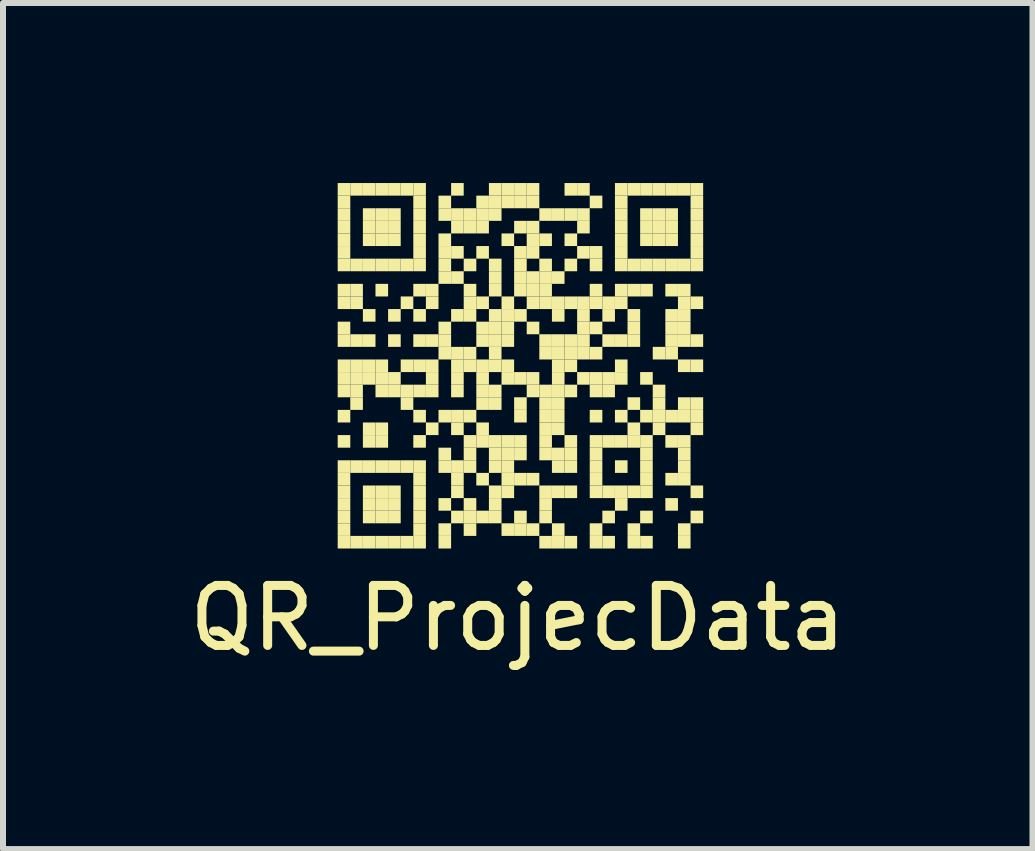
<source format=kicad_pcb>
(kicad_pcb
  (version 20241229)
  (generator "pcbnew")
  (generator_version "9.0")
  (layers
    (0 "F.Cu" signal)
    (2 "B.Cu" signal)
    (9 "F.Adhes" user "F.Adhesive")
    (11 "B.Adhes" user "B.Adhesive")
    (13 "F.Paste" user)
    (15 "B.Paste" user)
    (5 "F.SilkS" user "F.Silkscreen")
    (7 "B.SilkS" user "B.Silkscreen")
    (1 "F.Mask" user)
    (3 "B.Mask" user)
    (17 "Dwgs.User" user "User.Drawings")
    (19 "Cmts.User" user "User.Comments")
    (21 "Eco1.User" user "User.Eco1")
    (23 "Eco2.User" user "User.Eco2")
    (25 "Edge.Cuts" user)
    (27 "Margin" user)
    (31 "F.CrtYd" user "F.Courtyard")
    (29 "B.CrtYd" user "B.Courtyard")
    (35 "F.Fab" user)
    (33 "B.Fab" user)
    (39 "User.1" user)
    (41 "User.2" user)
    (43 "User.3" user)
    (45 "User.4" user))
  (footprint "QR_ProjecData"
    (layer "F.Cu")
    (at 5.577 3)
    (property "Reference" "QR_ProjecData" (at 0 4.25 0) (layer "F.SilkS") (effects (font (size 1 1) (thickness 0.15))))
    (attr exclude_from_pos_files exclude_from_bom)
    (fp_poly (pts (xy -3 -3) (xy -3 -2.79) (xy -2.79 -2.79) (xy -2.79 -3)) (stroke (width 0) (type solid)) (fill yes) (layer "F.SilkS"))
    (fp_poly (pts (xy -3 -2.79) (xy -3 -2.58) (xy -2.79 -2.58) (xy -2.79 -2.79)) (stroke (width 0) (type solid)) (fill yes) (layer "F.SilkS"))
    (fp_poly (pts (xy -3 -2.58) (xy -3 -2.37) (xy -2.79 -2.37) (xy -2.79 -2.58)) (stroke (width 0) (type solid)) (fill yes) (layer "F.SilkS"))
    (fp_poly (pts (xy -3 -2.37) (xy -3 -2.16) (xy -2.79 -2.16) (xy -2.79 -2.37)) (stroke (width 0) (type solid)) (fill yes) (layer "F.SilkS"))
    (fp_poly (pts (xy -3 -2.16) (xy -3 -1.95) (xy -2.79 -1.95) (xy -2.79 -2.16)) (stroke (width 0) (type solid)) (fill yes) (layer "F.SilkS"))
    (fp_poly (pts (xy -3 -1.95) (xy -3 -1.74) (xy -2.79 -1.74) (xy -2.79 -1.95)) (stroke (width 0) (type solid)) (fill yes) (layer "F.SilkS"))
    (fp_poly (pts (xy -3 -1.74) (xy -3 -1.53) (xy -2.79 -1.53) (xy -2.79 -1.74)) (stroke (width 0) (type solid)) (fill yes) (layer "F.SilkS"))
    (fp_poly (pts (xy -3 -1.32) (xy -3 -1.11) (xy -2.79 -1.11) (xy -2.79 -1.32)) (stroke (width 0) (type solid)) (fill yes) (layer "F.SilkS"))
    (fp_poly (pts (xy -3 -1.11) (xy -3 -0.9) (xy -2.79 -0.9) (xy -2.79 -1.11)) (stroke (width 0) (type solid)) (fill yes) (layer "F.SilkS"))
    (fp_poly (pts (xy -3 -0.69) (xy -3 -0.48) (xy -2.79 -0.48) (xy -2.79 -0.69)) (stroke (width 0) (type solid)) (fill yes) (layer "F.SilkS"))
    (fp_poly (pts (xy -3 -0.48) (xy -3 -0.27) (xy -2.79 -0.27) (xy -2.79 -0.48)) (stroke (width 0) (type solid)) (fill yes) (layer "F.SilkS"))
    (fp_poly (pts (xy -3 -0.06) (xy -3 0.15) (xy -2.79 0.15) (xy -2.79 -0.06)) (stroke (width 0) (type solid)) (fill yes) (layer "F.SilkS"))
    (fp_poly (pts (xy -3 0.15) (xy -3 0.36) (xy -2.79 0.36) (xy -2.79 0.15)) (stroke (width 0) (type solid)) (fill yes) (layer "F.SilkS"))
    (fp_poly (pts (xy -3 0.36) (xy -3 0.57) (xy -2.79 0.57) (xy -2.79 0.36)) (stroke (width 0) (type solid)) (fill yes) (layer "F.SilkS"))
    (fp_poly (pts (xy -3 0.78) (xy -3 0.99) (xy -2.79 0.99) (xy -2.79 0.78)) (stroke (width 0) (type solid)) (fill yes) (layer "F.SilkS"))
    (fp_poly (pts (xy -3 1.2) (xy -3 1.41) (xy -2.79 1.41) (xy -2.79 1.2)) (stroke (width 0) (type solid)) (fill yes) (layer "F.SilkS"))
    (fp_poly (pts (xy -3 1.62) (xy -3 1.83) (xy -2.79 1.83) (xy -2.79 1.62)) (stroke (width 0) (type solid)) (fill yes) (layer "F.SilkS"))
    (fp_poly (pts (xy -3 1.83) (xy -3 2.04) (xy -2.79 2.04) (xy -2.79 1.83)) (stroke (width 0) (type solid)) (fill yes) (layer "F.SilkS"))
    (fp_poly (pts (xy -3 2.04) (xy -3 2.25) (xy -2.79 2.25) (xy -2.79 2.04)) (stroke (width 0) (type solid)) (fill yes) (layer "F.SilkS"))
    (fp_poly (pts (xy -3 2.25) (xy -3 2.46) (xy -2.79 2.46) (xy -2.79 2.25)) (stroke (width 0) (type solid)) (fill yes) (layer "F.SilkS"))
    (fp_poly (pts (xy -3 2.46) (xy -3 2.67) (xy -2.79 2.67) (xy -2.79 2.46)) (stroke (width 0) (type solid)) (fill yes) (layer "F.SilkS"))
    (fp_poly (pts (xy -3 2.67) (xy -3 2.88) (xy -2.79 2.88) (xy -2.79 2.67)) (stroke (width 0) (type solid)) (fill yes) (layer "F.SilkS"))
    (fp_poly (pts (xy -3 2.88) (xy -3 3.09) (xy -2.79 3.09) (xy -2.79 2.88)) (stroke (width 0) (type solid)) (fill yes) (layer "F.SilkS"))
    (fp_poly (pts (xy -2.79 -3) (xy -2.79 -2.79) (xy -2.58 -2.79) (xy -2.58 -3)) (stroke (width 0) (type solid)) (fill yes) (layer "F.SilkS"))
    (fp_poly (pts (xy -2.79 -1.74) (xy -2.79 -1.53) (xy -2.58 -1.53) (xy -2.58 -1.74)) (stroke (width 0) (type solid)) (fill yes) (layer "F.SilkS"))
    (fp_poly (pts (xy -2.79 -1.32) (xy -2.79 -1.11) (xy -2.58 -1.11) (xy -2.58 -1.32)) (stroke (width 0) (type solid)) (fill yes) (layer "F.SilkS"))
    (fp_poly (pts (xy -2.79 -1.11) (xy -2.79 -0.9) (xy -2.58 -0.9) (xy -2.58 -1.11)) (stroke (width 0) (type solid)) (fill yes) (layer "F.SilkS"))
    (fp_poly (pts (xy -2.79 -0.48) (xy -2.79 -0.27) (xy -2.58 -0.27) (xy -2.58 -0.48)) (stroke (width 0) (type solid)) (fill yes) (layer "F.SilkS"))
    (fp_poly (pts (xy -2.79 -0.06) (xy -2.79 0.15) (xy -2.58 0.15) (xy -2.58 -0.06)) (stroke (width 0) (type solid)) (fill yes) (layer "F.SilkS"))
    (fp_poly (pts (xy -2.79 0.15) (xy -2.79 0.36) (xy -2.58 0.36) (xy -2.58 0.15)) (stroke (width 0) (type solid)) (fill yes) (layer "F.SilkS"))
    (fp_poly (pts (xy -2.79 0.36) (xy -2.79 0.57) (xy -2.58 0.57) (xy -2.58 0.36)) (stroke (width 0) (type solid)) (fill yes) (layer "F.SilkS"))
    (fp_poly (pts (xy -2.79 0.57) (xy -2.79 0.78) (xy -2.58 0.78) (xy -2.58 0.57)) (stroke (width 0) (type solid)) (fill yes) (layer "F.SilkS"))
    (fp_poly (pts (xy -2.79 1.62) (xy -2.79 1.83) (xy -2.58 1.83) (xy -2.58 1.62)) (stroke (width 0) (type solid)) (fill yes) (layer "F.SilkS"))
    (fp_poly (pts (xy -2.79 2.88) (xy -2.79 3.09) (xy -2.58 3.09) (xy -2.58 2.88)) (stroke (width 0) (type solid)) (fill yes) (layer "F.SilkS"))
    (fp_poly (pts (xy -2.58 -3) (xy -2.58 -2.79) (xy -2.37 -2.79) (xy -2.37 -3)) (stroke (width 0) (type solid)) (fill yes) (layer "F.SilkS"))
    (fp_poly (pts (xy -2.58 -2.58) (xy -2.58 -2.37) (xy -2.37 -2.37) (xy -2.37 -2.58)) (stroke (width 0) (type solid)) (fill yes) (layer "F.SilkS"))
    (fp_poly (pts (xy -2.58 -2.37) (xy -2.58 -2.16) (xy -2.37 -2.16) (xy -2.37 -2.37)) (stroke (width 0) (type solid)) (fill yes) (layer "F.SilkS"))
    (fp_poly (pts (xy -2.58 -2.16) (xy -2.58 -1.95) (xy -2.37 -1.95) (xy -2.37 -2.16)) (stroke (width 0) (type solid)) (fill yes) (layer "F.SilkS"))
    (fp_poly (pts (xy -2.58 -1.74) (xy -2.58 -1.53) (xy -2.37 -1.53) (xy -2.37 -1.74)) (stroke (width 0) (type solid)) (fill yes) (layer "F.SilkS"))
    (fp_poly (pts (xy -2.58 -0.9) (xy -2.58 -0.69) (xy -2.37 -0.69) (xy -2.37 -0.9)) (stroke (width 0) (type solid)) (fill yes) (layer "F.SilkS"))
    (fp_poly (pts (xy -2.58 -0.48) (xy -2.58 -0.27) (xy -2.37 -0.27) (xy -2.37 -0.48)) (stroke (width 0) (type solid)) (fill yes) (layer "F.SilkS"))
    (fp_poly (pts (xy -2.58 -0.06) (xy -2.58 0.15) (xy -2.37 0.15) (xy -2.37 -0.06)) (stroke (width 0) (type solid)) (fill yes) (layer "F.SilkS"))
    (fp_poly (pts (xy -2.58 0.15) (xy -2.58 0.36) (xy -2.37 0.36) (xy -2.37 0.15)) (stroke (width 0) (type solid)) (fill yes) (layer "F.SilkS"))
    (fp_poly (pts (xy -2.58 0.99) (xy -2.58 1.2) (xy -2.37 1.2) (xy -2.37 0.99)) (stroke (width 0) (type solid)) (fill yes) (layer "F.SilkS"))
    (fp_poly (pts (xy -2.58 1.2) (xy -2.58 1.41) (xy -2.37 1.41) (xy -2.37 1.2)) (stroke (width 0) (type solid)) (fill yes) (layer "F.SilkS"))
    (fp_poly (pts (xy -2.58 1.62) (xy -2.58 1.83) (xy -2.37 1.83) (xy -2.37 1.62)) (stroke (width 0) (type solid)) (fill yes) (layer "F.SilkS"))
    (fp_poly (pts (xy -2.58 2.04) (xy -2.58 2.25) (xy -2.37 2.25) (xy -2.37 2.04)) (stroke (width 0) (type solid)) (fill yes) (layer "F.SilkS"))
    (fp_poly (pts (xy -2.58 2.25) (xy -2.58 2.46) (xy -2.37 2.46) (xy -2.37 2.25)) (stroke (width 0) (type solid)) (fill yes) (layer "F.SilkS"))
    (fp_poly (pts (xy -2.58 2.46) (xy -2.58 2.67) (xy -2.37 2.67) (xy -2.37 2.46)) (stroke (width 0) (type solid)) (fill yes) (layer "F.SilkS"))
    (fp_poly (pts (xy -2.58 2.88) (xy -2.58 3.09) (xy -2.37 3.09) (xy -2.37 2.88)) (stroke (width 0) (type solid)) (fill yes) (layer "F.SilkS"))
    (fp_poly (pts (xy -2.37 -3) (xy -2.37 -2.79) (xy -2.16 -2.79) (xy -2.16 -3)) (stroke (width 0) (type solid)) (fill yes) (layer "F.SilkS"))
    (fp_poly (pts (xy -2.37 -2.58) (xy -2.37 -2.37) (xy -2.16 -2.37) (xy -2.16 -2.58)) (stroke (width 0) (type solid)) (fill yes) (layer "F.SilkS"))
    (fp_poly (pts (xy -2.37 -2.37) (xy -2.37 -2.16) (xy -2.16 -2.16) (xy -2.16 -2.37)) (stroke (width 0) (type solid)) (fill yes) (layer "F.SilkS"))
    (fp_poly (pts (xy -2.37 -2.16) (xy -2.37 -1.95) (xy -2.16 -1.95) (xy -2.16 -2.16)) (stroke (width 0) (type solid)) (fill yes) (layer "F.SilkS"))
    (fp_poly (pts (xy -2.37 -1.74) (xy -2.37 -1.53) (xy -2.16 -1.53) (xy -2.16 -1.74)) (stroke (width 0) (type solid)) (fill yes) (layer "F.SilkS"))
    (fp_poly (pts (xy -2.37 -1.32) (xy -2.37 -1.11) (xy -2.16 -1.11) (xy -2.16 -1.32)) (stroke (width 0) (type solid)) (fill yes) (layer "F.SilkS"))
    (fp_poly (pts (xy -2.37 -0.06) (xy -2.37 0.15) (xy -2.16 0.15) (xy -2.16 -0.06)) (stroke (width 0) (type solid)) (fill yes) (layer "F.SilkS"))
    (fp_poly (pts (xy -2.37 0.15) (xy -2.37 0.36) (xy -2.16 0.36) (xy -2.16 0.15)) (stroke (width 0) (type solid)) (fill yes) (layer "F.SilkS"))
    (fp_poly (pts (xy -2.37 0.36) (xy -2.37 0.57) (xy -2.16 0.57) (xy -2.16 0.36)) (stroke (width 0) (type solid)) (fill yes) (layer "F.SilkS"))
    (fp_poly (pts (xy -2.37 0.99) (xy -2.37 1.2) (xy -2.16 1.2) (xy -2.16 0.99)) (stroke (width 0) (type solid)) (fill yes) (layer "F.SilkS"))
    (fp_poly (pts (xy -2.37 1.2) (xy -2.37 1.41) (xy -2.16 1.41) (xy -2.16 1.2)) (stroke (width 0) (type solid)) (fill yes) (layer "F.SilkS"))
    (fp_poly (pts (xy -2.37 1.62) (xy -2.37 1.83) (xy -2.16 1.83) (xy -2.16 1.62)) (stroke (width 0) (type solid)) (fill yes) (layer "F.SilkS"))
    (fp_poly (pts (xy -2.37 2.04) (xy -2.37 2.25) (xy -2.16 2.25) (xy -2.16 2.04)) (stroke (width 0) (type solid)) (fill yes) (layer "F.SilkS"))
    (fp_poly (pts (xy -2.37 2.25) (xy -2.37 2.46) (xy -2.16 2.46) (xy -2.16 2.25)) (stroke (width 0) (type solid)) (fill yes) (layer "F.SilkS"))
    (fp_poly (pts (xy -2.37 2.46) (xy -2.37 2.67) (xy -2.16 2.67) (xy -2.16 2.46)) (stroke (width 0) (type solid)) (fill yes) (layer "F.SilkS"))
    (fp_poly (pts (xy -2.37 2.88) (xy -2.37 3.09) (xy -2.16 3.09) (xy -2.16 2.88)) (stroke (width 0) (type solid)) (fill yes) (layer "F.SilkS"))
    (fp_poly (pts (xy -2.16 -3) (xy -2.16 -2.79) (xy -1.95 -2.79) (xy -1.95 -3)) (stroke (width 0) (type solid)) (fill yes) (layer "F.SilkS"))
    (fp_poly (pts (xy -2.16 -2.58) (xy -2.16 -2.37) (xy -1.95 -2.37) (xy -1.95 -2.58)) (stroke (width 0) (type solid)) (fill yes) (layer "F.SilkS"))
    (fp_poly (pts (xy -2.16 -2.37) (xy -2.16 -2.16) (xy -1.95 -2.16) (xy -1.95 -2.37)) (stroke (width 0) (type solid)) (fill yes) (layer "F.SilkS"))
    (fp_poly (pts (xy -2.16 -2.16) (xy -2.16 -1.95) (xy -1.95 -1.95) (xy -1.95 -2.16)) (stroke (width 0) (type solid)) (fill yes) (layer "F.SilkS"))
    (fp_poly (pts (xy -2.16 -1.74) (xy -2.16 -1.53) (xy -1.95 -1.53) (xy -1.95 -1.74)) (stroke (width 0) (type solid)) (fill yes) (layer "F.SilkS"))
    (fp_poly (pts (xy -2.16 -0.9) (xy -2.16 -0.69) (xy -1.95 -0.69) (xy -1.95 -0.9)) (stroke (width 0) (type solid)) (fill yes) (layer "F.SilkS"))
    (fp_poly (pts (xy -2.16 -0.48) (xy -2.16 -0.27) (xy -1.95 -0.27) (xy -1.95 -0.48)) (stroke (width 0) (type solid)) (fill yes) (layer "F.SilkS"))
    (fp_poly (pts (xy -2.16 0.15) (xy -2.16 0.36) (xy -1.95 0.36) (xy -1.95 0.15)) (stroke (width 0) (type solid)) (fill yes) (layer "F.SilkS"))
    (fp_poly (pts (xy -2.16 0.36) (xy -2.16 0.57) (xy -1.95 0.57) (xy -1.95 0.36)) (stroke (width 0) (type solid)) (fill yes) (layer "F.SilkS"))
    (fp_poly (pts (xy -2.16 1.62) (xy -2.16 1.83) (xy -1.95 1.83) (xy -1.95 1.62)) (stroke (width 0) (type solid)) (fill yes) (layer "F.SilkS"))
    (fp_poly (pts (xy -2.16 2.04) (xy -2.16 2.25) (xy -1.95 2.25) (xy -1.95 2.04)) (stroke (width 0) (type solid)) (fill yes) (layer "F.SilkS"))
    (fp_poly (pts (xy -2.16 2.25) (xy -2.16 2.46) (xy -1.95 2.46) (xy -1.95 2.25)) (stroke (width 0) (type solid)) (fill yes) (layer "F.SilkS"))
    (fp_poly (pts (xy -2.16 2.46) (xy -2.16 2.67) (xy -1.95 2.67) (xy -1.95 2.46)) (stroke (width 0) (type solid)) (fill yes) (layer "F.SilkS"))
    (fp_poly (pts (xy -2.16 2.88) (xy -2.16 3.09) (xy -1.95 3.09) (xy -1.95 2.88)) (stroke (width 0) (type solid)) (fill yes) (layer "F.SilkS"))
    (fp_poly (pts (xy -1.95 -3) (xy -1.95 -2.79) (xy -1.74 -2.79) (xy -1.74 -3)) (stroke (width 0) (type solid)) (fill yes) (layer "F.SilkS"))
    (fp_poly (pts (xy -1.95 -1.74) (xy -1.95 -1.53) (xy -1.74 -1.53) (xy -1.74 -1.74)) (stroke (width 0) (type solid)) (fill yes) (layer "F.SilkS"))
    (fp_poly (pts (xy -1.95 -1.11) (xy -1.95 -0.9) (xy -1.74 -0.9) (xy -1.74 -1.11)) (stroke (width 0) (type solid)) (fill yes) (layer "F.SilkS"))
    (fp_poly (pts (xy -1.95 -0.06) (xy -1.95 0.15) (xy -1.74 0.15) (xy -1.74 -0.06)) (stroke (width 0) (type solid)) (fill yes) (layer "F.SilkS"))
    (fp_poly (pts (xy -1.95 0.36) (xy -1.95 0.57) (xy -1.74 0.57) (xy -1.74 0.36)) (stroke (width 0) (type solid)) (fill yes) (layer "F.SilkS"))
    (fp_poly (pts (xy -1.95 0.57) (xy -1.95 0.78) (xy -1.74 0.78) (xy -1.74 0.57)) (stroke (width 0) (type solid)) (fill yes) (layer "F.SilkS"))
    (fp_poly (pts (xy -1.95 1.62) (xy -1.95 1.83) (xy -1.74 1.83) (xy -1.74 1.62)) (stroke (width 0) (type solid)) (fill yes) (layer "F.SilkS"))
    (fp_poly (pts (xy -1.95 2.88) (xy -1.95 3.09) (xy -1.74 3.09) (xy -1.74 2.88)) (stroke (width 0) (type solid)) (fill yes) (layer "F.SilkS"))
    (fp_poly (pts (xy -1.74 -3) (xy -1.74 -2.79) (xy -1.53 -2.79) (xy -1.53 -3)) (stroke (width 0) (type solid)) (fill yes) (layer "F.SilkS"))
    (fp_poly (pts (xy -1.74 -2.79) (xy -1.74 -2.58) (xy -1.53 -2.58) (xy -1.53 -2.79)) (stroke (width 0) (type solid)) (fill yes) (layer "F.SilkS"))
    (fp_poly (pts (xy -1.74 -2.58) (xy -1.74 -2.37) (xy -1.53 -2.37) (xy -1.53 -2.58)) (stroke (width 0) (type solid)) (fill yes) (layer "F.SilkS"))
    (fp_poly (pts (xy -1.74 -2.37) (xy -1.74 -2.16) (xy -1.53 -2.16) (xy -1.53 -2.37)) (stroke (width 0) (type solid)) (fill yes) (layer "F.SilkS"))
    (fp_poly (pts (xy -1.74 -2.16) (xy -1.74 -1.95) (xy -1.53 -1.95) (xy -1.53 -2.16)) (stroke (width 0) (type solid)) (fill yes) (layer "F.SilkS"))
    (fp_poly (pts (xy -1.74 -1.95) (xy -1.74 -1.74) (xy -1.53 -1.74) (xy -1.53 -1.95)) (stroke (width 0) (type solid)) (fill yes) (layer "F.SilkS"))
    (fp_poly (pts (xy -1.74 -1.74) (xy -1.74 -1.53) (xy -1.53 -1.53) (xy -1.53 -1.74)) (stroke (width 0) (type solid)) (fill yes) (layer "F.SilkS"))
    (fp_poly (pts (xy -1.74 -1.32) (xy -1.74 -1.11) (xy -1.53 -1.11) (xy -1.53 -1.32)) (stroke (width 0) (type solid)) (fill yes) (layer "F.SilkS"))
    (fp_poly (pts (xy -1.74 -0.9) (xy -1.74 -0.69) (xy -1.53 -0.69) (xy -1.53 -0.9)) (stroke (width 0) (type solid)) (fill yes) (layer "F.SilkS"))
    (fp_poly (pts (xy -1.74 -0.48) (xy -1.74 -0.27) (xy -1.53 -0.27) (xy -1.53 -0.48)) (stroke (width 0) (type solid)) (fill yes) (layer "F.SilkS"))
    (fp_poly (pts (xy -1.74 -0.06) (xy -1.74 0.15) (xy -1.53 0.15) (xy -1.53 -0.06)) (stroke (width 0) (type solid)) (fill yes) (layer "F.SilkS"))
    (fp_poly (pts (xy -1.74 0.36) (xy -1.74 0.57) (xy -1.53 0.57) (xy -1.53 0.36)) (stroke (width 0) (type solid)) (fill yes) (layer "F.SilkS"))
    (fp_poly (pts (xy -1.74 0.78) (xy -1.74 0.99) (xy -1.53 0.99) (xy -1.53 0.78)) (stroke (width 0) (type solid)) (fill yes) (layer "F.SilkS"))
    (fp_poly (pts (xy -1.74 1.2) (xy -1.74 1.41) (xy -1.53 1.41) (xy -1.53 1.2)) (stroke (width 0) (type solid)) (fill yes) (layer "F.SilkS"))
    (fp_poly (pts (xy -1.74 1.62) (xy -1.74 1.83) (xy -1.53 1.83) (xy -1.53 1.62)) (stroke (width 0) (type solid)) (fill yes) (layer "F.SilkS"))
    (fp_poly (pts (xy -1.74 1.83) (xy -1.74 2.04) (xy -1.53 2.04) (xy -1.53 1.83)) (stroke (width 0) (type solid)) (fill yes) (layer "F.SilkS"))
    (fp_poly (pts (xy -1.74 2.04) (xy -1.74 2.25) (xy -1.53 2.25) (xy -1.53 2.04)) (stroke (width 0) (type solid)) (fill yes) (layer "F.SilkS"))
    (fp_poly (pts (xy -1.74 2.25) (xy -1.74 2.46) (xy -1.53 2.46) (xy -1.53 2.25)) (stroke (width 0) (type solid)) (fill yes) (layer "F.SilkS"))
    (fp_poly (pts (xy -1.74 2.46) (xy -1.74 2.67) (xy -1.53 2.67) (xy -1.53 2.46)) (stroke (width 0) (type solid)) (fill yes) (layer "F.SilkS"))
    (fp_poly (pts (xy -1.74 2.67) (xy -1.74 2.88) (xy -1.53 2.88) (xy -1.53 2.67)) (stroke (width 0) (type solid)) (fill yes) (layer "F.SilkS"))
    (fp_poly (pts (xy -1.74 2.88) (xy -1.74 3.09) (xy -1.53 3.09) (xy -1.53 2.88)) (stroke (width 0) (type solid)) (fill yes) (layer "F.SilkS"))
    (fp_poly (pts (xy -1.53 -1.32) (xy -1.53 -1.11) (xy -1.32 -1.11) (xy -1.32 -1.32)) (stroke (width 0) (type solid)) (fill yes) (layer "F.SilkS"))
    (fp_poly (pts (xy -1.53 -1.11) (xy -1.53 -0.9) (xy -1.32 -0.9) (xy -1.32 -1.11)) (stroke (width 0) (type solid)) (fill yes) (layer "F.SilkS"))
    (fp_poly (pts (xy -1.53 -0.48) (xy -1.53 -0.27) (xy -1.32 -0.27) (xy -1.32 -0.48)) (stroke (width 0) (type solid)) (fill yes) (layer "F.SilkS"))
    (fp_poly (pts (xy -1.53 -0.06) (xy -1.53 0.15) (xy -1.32 0.15) (xy -1.32 -0.06)) (stroke (width 0) (type solid)) (fill yes) (layer "F.SilkS"))
    (fp_poly (pts (xy -1.53 0.15) (xy -1.53 0.36) (xy -1.32 0.36) (xy -1.32 0.15)) (stroke (width 0) (type solid)) (fill yes) (layer "F.SilkS"))
    (fp_poly (pts (xy -1.53 0.36) (xy -1.53 0.57) (xy -1.32 0.57) (xy -1.32 0.36)) (stroke (width 0) (type solid)) (fill yes) (layer "F.SilkS"))
    (fp_poly (pts (xy -1.53 0.99) (xy -1.53 1.2) (xy -1.32 1.2) (xy -1.32 0.99)) (stroke (width 0) (type solid)) (fill yes) (layer "F.SilkS"))
    (fp_poly (pts (xy -1.32 -2.79) (xy -1.32 -2.58) (xy -1.11 -2.58) (xy -1.11 -2.79)) (stroke (width 0) (type solid)) (fill yes) (layer "F.SilkS"))
    (fp_poly (pts (xy -1.32 -2.58) (xy -1.32 -2.37) (xy -1.11 -2.37) (xy -1.11 -2.58)) (stroke (width 0) (type solid)) (fill yes) (layer "F.SilkS"))
    (fp_poly (pts (xy -1.32 -2.16) (xy -1.32 -1.95) (xy -1.11 -1.95) (xy -1.11 -2.16)) (stroke (width 0) (type solid)) (fill yes) (layer "F.SilkS"))
    (fp_poly (pts (xy -1.32 -1.95) (xy -1.32 -1.74) (xy -1.11 -1.74) (xy -1.11 -1.95)) (stroke (width 0) (type solid)) (fill yes) (layer "F.SilkS"))
    (fp_poly (pts (xy -1.32 -1.74) (xy -1.32 -1.53) (xy -1.11 -1.53) (xy -1.11 -1.74)) (stroke (width 0) (type solid)) (fill yes) (layer "F.SilkS"))
    (fp_poly (pts (xy -1.32 -1.53) (xy -1.32 -1.32) (xy -1.11 -1.32) (xy -1.11 -1.53)) (stroke (width 0) (type solid)) (fill yes) (layer "F.SilkS"))
    (fp_poly (pts (xy -1.32 -0.69) (xy -1.32 -0.48) (xy -1.11 -0.48) (xy -1.11 -0.69)) (stroke (width 0) (type solid)) (fill yes) (layer "F.SilkS"))
    (fp_poly (pts (xy -1.32 -0.48) (xy -1.32 -0.27) (xy -1.11 -0.27) (xy -1.11 -0.48)) (stroke (width 0) (type solid)) (fill yes) (layer "F.SilkS"))
    (fp_poly (pts (xy -1.32 -0.27) (xy -1.32 -0.06) (xy -1.11 -0.06) (xy -1.11 -0.27)) (stroke (width 0) (type solid)) (fill yes) (layer "F.SilkS"))
    (fp_poly (pts (xy -1.32 0.78) (xy -1.32 0.99) (xy -1.11 0.99) (xy -1.11 0.78)) (stroke (width 0) (type solid)) (fill yes) (layer "F.SilkS"))
    (fp_poly (pts (xy -1.32 1.41) (xy -1.32 1.62) (xy -1.11 1.62) (xy -1.11 1.41)) (stroke (width 0) (type solid)) (fill yes) (layer "F.SilkS"))
    (fp_poly (pts (xy -1.32 1.62) (xy -1.32 1.83) (xy -1.11 1.83) (xy -1.11 1.62)) (stroke (width 0) (type solid)) (fill yes) (layer "F.SilkS"))
    (fp_poly (pts (xy -1.32 2.25) (xy -1.32 2.46) (xy -1.11 2.46) (xy -1.11 2.25)) (stroke (width 0) (type solid)) (fill yes) (layer "F.SilkS"))
    (fp_poly (pts (xy -1.32 2.67) (xy -1.32 2.88) (xy -1.11 2.88) (xy -1.11 2.67)) (stroke (width 0) (type solid)) (fill yes) (layer "F.SilkS"))
    (fp_poly (pts (xy -1.32 2.88) (xy -1.32 3.09) (xy -1.11 3.09) (xy -1.11 2.88)) (stroke (width 0) (type solid)) (fill yes) (layer "F.SilkS"))
    (fp_poly (pts (xy -1.11 -3) (xy -1.11 -2.79) (xy -0.9 -2.79) (xy -0.9 -3)) (stroke (width 0) (type solid)) (fill yes) (layer "F.SilkS"))
    (fp_poly (pts (xy -1.11 -2.58) (xy -1.11 -2.37) (xy -0.9 -2.37) (xy -0.9 -2.58)) (stroke (width 0) (type solid)) (fill yes) (layer "F.SilkS"))
    (fp_poly (pts (xy -1.11 -2.37) (xy -1.11 -2.16) (xy -0.9 -2.16) (xy -0.9 -2.37)) (stroke (width 0) (type solid)) (fill yes) (layer "F.SilkS"))
    (fp_poly (pts (xy -1.11 -1.95) (xy -1.11 -1.74) (xy -0.9 -1.74) (xy -0.9 -1.95)) (stroke (width 0) (type solid)) (fill yes) (layer "F.SilkS"))
    (fp_poly (pts (xy -1.11 -1.53) (xy -1.11 -1.32) (xy -0.9 -1.32) (xy -0.9 -1.53)) (stroke (width 0) (type solid)) (fill yes) (layer "F.SilkS"))
    (fp_poly (pts (xy -1.11 -0.9) (xy -1.11 -0.69) (xy -0.9 -0.69) (xy -0.9 -0.9)) (stroke (width 0) (type solid)) (fill yes) (layer "F.SilkS"))
    (fp_poly (pts (xy -1.11 -0.27) (xy -1.11 -0.06) (xy -0.9 -0.06) (xy -0.9 -0.27)) (stroke (width 0) (type solid)) (fill yes) (layer "F.SilkS"))
    (fp_poly (pts (xy -1.11 -0.06) (xy -1.11 0.15) (xy -0.9 0.15) (xy -0.9 -0.06)) (stroke (width 0) (type solid)) (fill yes) (layer "F.SilkS"))
    (fp_poly (pts (xy -1.11 0.15) (xy -1.11 0.36) (xy -0.9 0.36) (xy -0.9 0.15)) (stroke (width 0) (type solid)) (fill yes) (layer "F.SilkS"))
    (fp_poly (pts (xy -1.11 0.36) (xy -1.11 0.57) (xy -0.9 0.57) (xy -0.9 0.36)) (stroke (width 0) (type solid)) (fill yes) (layer "F.SilkS"))
    (fp_poly (pts (xy -1.11 0.78) (xy -1.11 0.99) (xy -0.9 0.99) (xy -0.9 0.78)) (stroke (width 0) (type solid)) (fill yes) (layer "F.SilkS"))
    (fp_poly (pts (xy -1.11 0.99) (xy -1.11 1.2) (xy -0.9 1.2) (xy -0.9 0.99)) (stroke (width 0) (type solid)) (fill yes) (layer "F.SilkS"))
    (fp_poly (pts (xy -1.11 1.62) (xy -1.11 1.83) (xy -0.9 1.83) (xy -0.9 1.62)) (stroke (width 0) (type solid)) (fill yes) (layer "F.SilkS"))
    (fp_poly (pts (xy -1.11 1.83) (xy -1.11 2.04) (xy -0.9 2.04) (xy -0.9 1.83)) (stroke (width 0) (type solid)) (fill yes) (layer "F.SilkS"))
    (fp_poly (pts (xy -1.11 2.04) (xy -1.11 2.25) (xy -0.9 2.25) (xy -0.9 2.04)) (stroke (width 0) (type solid)) (fill yes) (layer "F.SilkS"))
    (fp_poly (pts (xy -1.11 2.46) (xy -1.11 2.67) (xy -0.9 2.67) (xy -0.9 2.46)) (stroke (width 0) (type solid)) (fill yes) (layer "F.SilkS"))
    (fp_poly (pts (xy -0.9 -2.58) (xy -0.9 -2.37) (xy -0.69 -2.37) (xy -0.69 -2.58)) (stroke (width 0) (type solid)) (fill yes) (layer "F.SilkS"))
    (fp_poly (pts (xy -0.9 -2.37) (xy -0.9 -2.16) (xy -0.69 -2.16) (xy -0.69 -2.37)) (stroke (width 0) (type solid)) (fill yes) (layer "F.SilkS"))
    (fp_poly (pts (xy -0.9 -1.74) (xy -0.9 -1.53) (xy -0.69 -1.53) (xy -0.69 -1.74)) (stroke (width 0) (type solid)) (fill yes) (layer "F.SilkS"))
    (fp_poly (pts (xy -0.9 -1.32) (xy -0.9 -1.11) (xy -0.69 -1.11) (xy -0.69 -1.32)) (stroke (width 0) (type solid)) (fill yes) (layer "F.SilkS"))
    (fp_poly (pts (xy -0.9 -1.11) (xy -0.9 -0.9) (xy -0.69 -0.9) (xy -0.69 -1.11)) (stroke (width 0) (type solid)) (fill yes) (layer "F.SilkS"))
    (fp_poly (pts (xy -0.9 -0.9) (xy -0.9 -0.69) (xy -0.69 -0.69) (xy -0.69 -0.9)) (stroke (width 0) (type solid)) (fill yes) (layer "F.SilkS"))
    (fp_poly (pts (xy -0.9 -0.27) (xy -0.9 -0.06) (xy -0.69 -0.06) (xy -0.69 -0.27)) (stroke (width 0) (type solid)) (fill yes) (layer "F.SilkS"))
    (fp_poly (pts (xy -0.9 -0.06) (xy -0.9 0.15) (xy -0.69 0.15) (xy -0.69 -0.06)) (stroke (width 0) (type solid)) (fill yes) (layer "F.SilkS"))
    (fp_poly (pts (xy -0.9 0.78) (xy -0.9 0.99) (xy -0.69 0.99) (xy -0.69 0.78)) (stroke (width 0) (type solid)) (fill yes) (layer "F.SilkS"))
    (fp_poly (pts (xy -0.9 1.2) (xy -0.9 1.41) (xy -0.69 1.41) (xy -0.69 1.2)) (stroke (width 0) (type solid)) (fill yes) (layer "F.SilkS"))
    (fp_poly (pts (xy -0.9 1.41) (xy -0.9 1.62) (xy -0.69 1.62) (xy -0.69 1.41)) (stroke (width 0) (type solid)) (fill yes) (layer "F.SilkS"))
    (fp_poly (pts (xy -0.9 1.62) (xy -0.9 1.83) (xy -0.69 1.83) (xy -0.69 1.62)) (stroke (width 0) (type solid)) (fill yes) (layer "F.SilkS"))
    (fp_poly (pts (xy -0.9 2.25) (xy -0.9 2.46) (xy -0.69 2.46) (xy -0.69 2.25)) (stroke (width 0) (type solid)) (fill yes) (layer "F.SilkS"))
    (fp_poly (pts (xy -0.9 2.46) (xy -0.9 2.67) (xy -0.69 2.67) (xy -0.69 2.46)) (stroke (width 0) (type solid)) (fill yes) (layer "F.SilkS"))
    (fp_poly (pts (xy -0.9 2.67) (xy -0.9 2.88) (xy -0.69 2.88) (xy -0.69 2.67)) (stroke (width 0) (type solid)) (fill yes) (layer "F.SilkS"))
    (fp_poly (pts (xy -0.69 -2.79) (xy -0.69 -2.58) (xy -0.48 -2.58) (xy -0.48 -2.79)) (stroke (width 0) (type solid)) (fill yes) (layer "F.SilkS"))
    (fp_poly (pts (xy -0.69 -2.58) (xy -0.69 -2.37) (xy -0.48 -2.37) (xy -0.48 -2.58)) (stroke (width 0) (type solid)) (fill yes) (layer "F.SilkS"))
    (fp_poly (pts (xy -0.69 -2.37) (xy -0.69 -2.16) (xy -0.48 -2.16) (xy -0.48 -2.37)) (stroke (width 0) (type solid)) (fill yes) (layer "F.SilkS"))
    (fp_poly (pts (xy -0.69 -1.95) (xy -0.69 -1.74) (xy -0.48 -1.74) (xy -0.48 -1.95)) (stroke (width 0) (type solid)) (fill yes) (layer "F.SilkS"))
    (fp_poly (pts (xy -0.69 -1.11) (xy -0.69 -0.9) (xy -0.48 -0.9) (xy -0.48 -1.11)) (stroke (width 0) (type solid)) (fill yes) (layer "F.SilkS"))
    (fp_poly (pts (xy -0.69 -0.69) (xy -0.69 -0.48) (xy -0.48 -0.48) (xy -0.48 -0.69)) (stroke (width 0) (type solid)) (fill yes) (layer "F.SilkS"))
    (fp_poly (pts (xy -0.69 -0.48) (xy -0.69 -0.27) (xy -0.48 -0.27) (xy -0.48 -0.48)) (stroke (width 0) (type solid)) (fill yes) (layer "F.SilkS"))
    (fp_poly (pts (xy -0.69 -0.06) (xy -0.69 0.15) (xy -0.48 0.15) (xy -0.48 -0.06)) (stroke (width 0) (type solid)) (fill yes) (layer "F.SilkS"))
    (fp_poly (pts (xy -0.69 0.15) (xy -0.69 0.36) (xy -0.48 0.36) (xy -0.48 0.15)) (stroke (width 0) (type solid)) (fill yes) (layer "F.SilkS"))
    (fp_poly (pts (xy -0.69 0.36) (xy -0.69 0.57) (xy -0.48 0.57) (xy -0.48 0.36)) (stroke (width 0) (type solid)) (fill yes) (layer "F.SilkS"))
    (fp_poly (pts (xy -0.69 0.57) (xy -0.69 0.78) (xy -0.48 0.78) (xy -0.48 0.57)) (stroke (width 0) (type solid)) (fill yes) (layer "F.SilkS"))
    (fp_poly (pts (xy -0.69 0.99) (xy -0.69 1.2) (xy -0.48 1.2) (xy -0.48 0.99)) (stroke (width 0) (type solid)) (fill yes) (layer "F.SilkS"))
    (fp_poly (pts (xy -0.69 1.2) (xy -0.69 1.41) (xy -0.48 1.41) (xy -0.48 1.2)) (stroke (width 0) (type solid)) (fill yes) (layer "F.SilkS"))
    (fp_poly (pts (xy -0.69 1.83) (xy -0.69 2.04) (xy -0.48 2.04) (xy -0.48 1.83)) (stroke (width 0) (type solid)) (fill yes) (layer "F.SilkS"))
    (fp_poly (pts (xy -0.69 2.46) (xy -0.69 2.67) (xy -0.48 2.67) (xy -0.48 2.46)) (stroke (width 0) (type solid)) (fill yes) (layer "F.SilkS"))
    (fp_poly (pts (xy -0.48 -3) (xy -0.48 -2.79) (xy -0.27 -2.79) (xy -0.27 -3)) (stroke (width 0) (type solid)) (fill yes) (layer "F.SilkS"))
    (fp_poly (pts (xy -0.48 -2.79) (xy -0.48 -2.58) (xy -0.27 -2.58) (xy -0.27 -2.79)) (stroke (width 0) (type solid)) (fill yes) (layer "F.SilkS"))
    (fp_poly (pts (xy -0.48 -2.58) (xy -0.48 -2.37) (xy -0.27 -2.37) (xy -0.27 -2.58)) (stroke (width 0) (type solid)) (fill yes) (layer "F.SilkS"))
    (fp_poly (pts (xy -0.48 -1.74) (xy -0.48 -1.53) (xy -0.27 -1.53) (xy -0.27 -1.74)) (stroke (width 0) (type solid)) (fill yes) (layer "F.SilkS"))
    (fp_poly (pts (xy -0.48 -1.53) (xy -0.48 -1.32) (xy -0.27 -1.32) (xy -0.27 -1.53)) (stroke (width 0) (type solid)) (fill yes) (layer "F.SilkS"))
    (fp_poly (pts (xy -0.48 -1.32) (xy -0.48 -1.11) (xy -0.27 -1.11) (xy -0.27 -1.32)) (stroke (width 0) (type solid)) (fill yes) (layer "F.SilkS"))
    (fp_poly (pts (xy -0.48 -0.9) (xy -0.48 -0.69) (xy -0.27 -0.69) (xy -0.27 -0.9)) (stroke (width 0) (type solid)) (fill yes) (layer "F.SilkS"))
    (fp_poly (pts (xy -0.48 -0.69) (xy -0.48 -0.48) (xy -0.27 -0.48) (xy -0.27 -0.69)) (stroke (width 0) (type solid)) (fill yes) (layer "F.SilkS"))
    (fp_poly (pts (xy -0.48 -0.48) (xy -0.48 -0.27) (xy -0.27 -0.27) (xy -0.27 -0.48)) (stroke (width 0) (type solid)) (fill yes) (layer "F.SilkS"))
    (fp_poly (pts (xy -0.48 -0.27) (xy -0.48 -0.06) (xy -0.27 -0.06) (xy -0.27 -0.27)) (stroke (width 0) (type solid)) (fill yes) (layer "F.SilkS"))
    (fp_poly (pts (xy -0.48 -0.06) (xy -0.48 0.15) (xy -0.27 0.15) (xy -0.27 -0.06)) (stroke (width 0) (type solid)) (fill yes) (layer "F.SilkS"))
    (fp_poly (pts (xy -0.48 0.36) (xy -0.48 0.57) (xy -0.27 0.57) (xy -0.27 0.36)) (stroke (width 0) (type solid)) (fill yes) (layer "F.SilkS"))
    (fp_poly (pts (xy -0.48 0.57) (xy -0.48 0.78) (xy -0.27 0.78) (xy -0.27 0.57)) (stroke (width 0) (type solid)) (fill yes) (layer "F.SilkS"))
    (fp_poly (pts (xy -0.48 1.2) (xy -0.48 1.41) (xy -0.27 1.41) (xy -0.27 1.2)) (stroke (width 0) (type solid)) (fill yes) (layer "F.SilkS"))
    (fp_poly (pts (xy -0.48 1.41) (xy -0.48 1.62) (xy -0.27 1.62) (xy -0.27 1.41)) (stroke (width 0) (type solid)) (fill yes) (layer "F.SilkS"))
    (fp_poly (pts (xy -0.48 1.62) (xy -0.48 1.83) (xy -0.27 1.83) (xy -0.27 1.62)) (stroke (width 0) (type solid)) (fill yes) (layer "F.SilkS"))
    (fp_poly (pts (xy -0.48 2.04) (xy -0.48 2.25) (xy -0.27 2.25) (xy -0.27 2.04)) (stroke (width 0) (type solid)) (fill yes) (layer "F.SilkS"))
    (fp_poly (pts (xy -0.48 2.25) (xy -0.48 2.46) (xy -0.27 2.46) (xy -0.27 2.25)) (stroke (width 0) (type solid)) (fill yes) (layer "F.SilkS"))
    (fp_poly (pts (xy -0.48 2.46) (xy -0.48 2.67) (xy -0.27 2.67) (xy -0.27 2.46)) (stroke (width 0) (type solid)) (fill yes) (layer "F.SilkS"))
    (fp_poly (pts (xy -0.27 -3) (xy -0.27 -2.79) (xy -0.06 -2.79) (xy -0.06 -3)) (stroke (width 0) (type solid)) (fill yes) (layer "F.SilkS"))
    (fp_poly (pts (xy -0.27 -2.79) (xy -0.27 -2.58) (xy -0.06 -2.58) (xy -0.06 -2.79)) (stroke (width 0) (type solid)) (fill yes) (layer "F.SilkS"))
    (fp_poly (pts (xy -0.27 -2.16) (xy -0.27 -1.95) (xy -0.06 -1.95) (xy -0.06 -2.16)) (stroke (width 0) (type solid)) (fill yes) (layer "F.SilkS"))
    (fp_poly (pts (xy -0.27 -1.11) (xy -0.27 -0.9) (xy -0.06 -0.9) (xy -0.06 -1.11)) (stroke (width 0) (type solid)) (fill yes) (layer "F.SilkS"))
    (fp_poly (pts (xy -0.27 -0.9) (xy -0.27 -0.69) (xy -0.06 -0.69) (xy -0.06 -0.9)) (stroke (width 0) (type solid)) (fill yes) (layer "F.SilkS"))
    (fp_poly (pts (xy -0.27 -0.69) (xy -0.27 -0.48) (xy -0.06 -0.48) (xy -0.06 -0.69)) (stroke (width 0) (type solid)) (fill yes) (layer "F.SilkS"))
    (fp_poly (pts (xy -0.27 -0.48) (xy -0.27 -0.27) (xy -0.06 -0.27) (xy -0.06 -0.48)) (stroke (width 0) (type solid)) (fill yes) (layer "F.SilkS"))
    (fp_poly (pts (xy -0.27 -0.06) (xy -0.27 0.15) (xy -0.06 0.15) (xy -0.06 -0.06)) (stroke (width 0) (type solid)) (fill yes) (layer "F.SilkS"))
    (fp_poly (pts (xy -0.27 0.15) (xy -0.27 0.36) (xy -0.06 0.36) (xy -0.06 0.15)) (stroke (width 0) (type solid)) (fill yes) (layer "F.SilkS"))
    (fp_poly (pts (xy -0.27 1.2) (xy -0.27 1.41) (xy -0.06 1.41) (xy -0.06 1.2)) (stroke (width 0) (type solid)) (fill yes) (layer "F.SilkS"))
    (fp_poly (pts (xy -0.27 1.41) (xy -0.27 1.62) (xy -0.06 1.62) (xy -0.06 1.41)) (stroke (width 0) (type solid)) (fill yes) (layer "F.SilkS"))
    (fp_poly (pts (xy -0.27 1.62) (xy -0.27 1.83) (xy -0.06 1.83) (xy -0.06 1.62)) (stroke (width 0) (type solid)) (fill yes) (layer "F.SilkS"))
    (fp_poly (pts (xy -0.27 1.83) (xy -0.27 2.04) (xy -0.06 2.04) (xy -0.06 1.83)) (stroke (width 0) (type solid)) (fill yes) (layer "F.SilkS"))
    (fp_poly (pts (xy -0.27 2.04) (xy -0.27 2.25) (xy -0.06 2.25) (xy -0.06 2.04)) (stroke (width 0) (type solid)) (fill yes) (layer "F.SilkS"))
    (fp_poly (pts (xy -0.27 2.67) (xy -0.27 2.88) (xy -0.06 2.88) (xy -0.06 2.67)) (stroke (width 0) (type solid)) (fill yes) (layer "F.SilkS"))
    (fp_poly (pts (xy -0.06 -3) (xy -0.06 -2.79) (xy 0.15 -2.79) (xy 0.15 -3)) (stroke (width 0) (type solid)) (fill yes) (layer "F.SilkS"))
    (fp_poly (pts (xy -0.06 -2.79) (xy -0.06 -2.58) (xy 0.15 -2.58) (xy 0.15 -2.79)) (stroke (width 0) (type solid)) (fill yes) (layer "F.SilkS"))
    (fp_poly (pts (xy -0.06 -2.37) (xy -0.06 -2.16) (xy 0.15 -2.16) (xy 0.15 -2.37)) (stroke (width 0) (type solid)) (fill yes) (layer "F.SilkS"))
    (fp_poly (pts (xy -0.06 -1.95) (xy -0.06 -1.74) (xy 0.15 -1.74) (xy 0.15 -1.95)) (stroke (width 0) (type solid)) (fill yes) (layer "F.SilkS"))
    (fp_poly (pts (xy -0.06 -1.74) (xy -0.06 -1.53) (xy 0.15 -1.53) (xy 0.15 -1.74)) (stroke (width 0) (type solid)) (fill yes) (layer "F.SilkS"))
    (fp_poly (pts (xy -0.06 -1.53) (xy -0.06 -1.32) (xy 0.15 -1.32) (xy 0.15 -1.53)) (stroke (width 0) (type solid)) (fill yes) (layer "F.SilkS"))
    (fp_poly (pts (xy -0.06 -1.32) (xy -0.06 -1.11) (xy 0.15 -1.11) (xy 0.15 -1.32)) (stroke (width 0) (type solid)) (fill yes) (layer "F.SilkS"))
    (fp_poly (pts (xy -0.06 -0.9) (xy -0.06 -0.69) (xy 0.15 -0.69) (xy 0.15 -0.9)) (stroke (width 0) (type solid)) (fill yes) (layer "F.SilkS"))
    (fp_poly (pts (xy -0.06 0.15) (xy -0.06 0.36) (xy 0.15 0.36) (xy 0.15 0.15)) (stroke (width 0) (type solid)) (fill yes) (layer "F.SilkS"))
    (fp_poly (pts (xy -0.06 0.57) (xy -0.06 0.78) (xy 0.15 0.78) (xy 0.15 0.57)) (stroke (width 0) (type solid)) (fill yes) (layer "F.SilkS"))
    (fp_poly (pts (xy -0.06 0.78) (xy -0.06 0.99) (xy 0.15 0.99) (xy 0.15 0.78)) (stroke (width 0) (type solid)) (fill yes) (layer "F.SilkS"))
    (fp_poly (pts (xy -0.06 1.2) (xy -0.06 1.41) (xy 0.15 1.41) (xy 0.15 1.2)) (stroke (width 0) (type solid)) (fill yes) (layer "F.SilkS"))
    (fp_poly (pts (xy -0.06 1.41) (xy -0.06 1.62) (xy 0.15 1.62) (xy 0.15 1.41)) (stroke (width 0) (type solid)) (fill yes) (layer "F.SilkS"))
    (fp_poly (pts (xy -0.06 1.83) (xy -0.06 2.04) (xy 0.15 2.04) (xy 0.15 1.83)) (stroke (width 0) (type solid)) (fill yes) (layer "F.SilkS"))
    (fp_poly (pts (xy -0.06 2.46) (xy -0.06 2.67) (xy 0.15 2.67) (xy 0.15 2.46)) (stroke (width 0) (type solid)) (fill yes) (layer "F.SilkS"))
    (fp_poly (pts (xy -0.06 2.67) (xy -0.06 2.88) (xy 0.15 2.88) (xy 0.15 2.67)) (stroke (width 0) (type solid)) (fill yes) (layer "F.SilkS"))
    (fp_poly (pts (xy 0.15 -3) (xy 0.15 -2.79) (xy 0.36 -2.79) (xy 0.36 -3)) (stroke (width 0) (type solid)) (fill yes) (layer "F.SilkS"))
    (fp_poly (pts (xy 0.15 -2.79) (xy 0.15 -2.58) (xy 0.36 -2.58) (xy 0.36 -2.79)) (stroke (width 0) (type solid)) (fill yes) (layer "F.SilkS"))
    (fp_poly (pts (xy 0.15 -2.37) (xy 0.15 -2.16) (xy 0.36 -2.16) (xy 0.36 -2.37)) (stroke (width 0) (type solid)) (fill yes) (layer "F.SilkS"))
    (fp_poly (pts (xy 0.15 -2.16) (xy 0.15 -1.95) (xy 0.36 -1.95) (xy 0.36 -2.16)) (stroke (width 0) (type solid)) (fill yes) (layer "F.SilkS"))
    (fp_poly (pts (xy 0.15 -1.95) (xy 0.15 -1.74) (xy 0.36 -1.74) (xy 0.36 -1.95)) (stroke (width 0) (type solid)) (fill yes) (layer "F.SilkS"))
    (fp_poly (pts (xy 0.15 -1.53) (xy 0.15 -1.32) (xy 0.36 -1.32) (xy 0.36 -1.53)) (stroke (width 0) (type solid)) (fill yes) (layer "F.SilkS"))
    (fp_poly (pts (xy 0.15 -1.32) (xy 0.15 -1.11) (xy 0.36 -1.11) (xy 0.36 -1.32)) (stroke (width 0) (type solid)) (fill yes) (layer "F.SilkS"))
    (fp_poly (pts (xy 0.15 -1.11) (xy 0.15 -0.9) (xy 0.36 -0.9) (xy 0.36 -1.11)) (stroke (width 0) (type solid)) (fill yes) (layer "F.SilkS"))
    (fp_poly (pts (xy 0.15 -0.69) (xy 0.15 -0.48) (xy 0.36 -0.48) (xy 0.36 -0.69)) (stroke (width 0) (type solid)) (fill yes) (layer "F.SilkS"))
    (fp_poly (pts (xy 0.15 0.15) (xy 0.15 0.36) (xy 0.36 0.36) (xy 0.36 0.15)) (stroke (width 0) (type solid)) (fill yes) (layer "F.SilkS"))
    (fp_poly (pts (xy 0.15 0.36) (xy 0.15 0.57) (xy 0.36 0.57) (xy 0.36 0.36)) (stroke (width 0) (type solid)) (fill yes) (layer "F.SilkS"))
    (fp_poly (pts (xy 0.15 1.83) (xy 0.15 2.04) (xy 0.36 2.04) (xy 0.36 1.83)) (stroke (width 0) (type solid)) (fill yes) (layer "F.SilkS"))
    (fp_poly (pts (xy 0.15 2.67) (xy 0.15 2.88) (xy 0.36 2.88) (xy 0.36 2.67)) (stroke (width 0) (type solid)) (fill yes) (layer "F.SilkS"))
    (fp_poly (pts (xy 0.36 -2.58) (xy 0.36 -2.37) (xy 0.57 -2.37) (xy 0.57 -2.58)) (stroke (width 0) (type solid)) (fill yes) (layer "F.SilkS"))
    (fp_poly (pts (xy 0.36 -2.16) (xy 0.36 -1.95) (xy 0.57 -1.95) (xy 0.57 -2.16)) (stroke (width 0) (type solid)) (fill yes) (layer "F.SilkS"))
    (fp_poly (pts (xy 0.36 -1.74) (xy 0.36 -1.53) (xy 0.57 -1.53) (xy 0.57 -1.74)) (stroke (width 0) (type solid)) (fill yes) (layer "F.SilkS"))
    (fp_poly (pts (xy 0.36 -1.53) (xy 0.36 -1.32) (xy 0.57 -1.32) (xy 0.57 -1.53)) (stroke (width 0) (type solid)) (fill yes) (layer "F.SilkS"))
    (fp_poly (pts (xy 0.36 -1.32) (xy 0.36 -1.11) (xy 0.57 -1.11) (xy 0.57 -1.32)) (stroke (width 0) (type solid)) (fill yes) (layer "F.SilkS"))
    (fp_poly (pts (xy 0.36 -1.11) (xy 0.36 -0.9) (xy 0.57 -0.9) (xy 0.57 -1.11)) (stroke (width 0) (type solid)) (fill yes) (layer "F.SilkS"))
    (fp_poly (pts (xy 0.36 -0.48) (xy 0.36 -0.27) (xy 0.57 -0.27) (xy 0.57 -0.48)) (stroke (width 0) (type solid)) (fill yes) (layer "F.SilkS"))
    (fp_poly (pts (xy 0.36 -0.27) (xy 0.36 -0.06) (xy 0.57 -0.06) (xy 0.57 -0.27)) (stroke (width 0) (type solid)) (fill yes) (layer "F.SilkS"))
    (fp_poly (pts (xy 0.36 0.36) (xy 0.36 0.57) (xy 0.57 0.57) (xy 0.57 0.36)) (stroke (width 0) (type solid)) (fill yes) (layer "F.SilkS"))
    (fp_poly (pts (xy 0.36 0.57) (xy 0.36 0.78) (xy 0.57 0.78) (xy 0.57 0.57)) (stroke (width 0) (type solid)) (fill yes) (layer "F.SilkS"))
    (fp_poly (pts (xy 0.36 0.78) (xy 0.36 0.99) (xy 0.57 0.99) (xy 0.57 0.78)) (stroke (width 0) (type solid)) (fill yes) (layer "F.SilkS"))
    (fp_poly (pts (xy 0.36 0.99) (xy 0.36 1.2) (xy 0.57 1.2) (xy 0.57 0.99)) (stroke (width 0) (type solid)) (fill yes) (layer "F.SilkS"))
    (fp_poly (pts (xy 0.36 1.2) (xy 0.36 1.41) (xy 0.57 1.41) (xy 0.57 1.2)) (stroke (width 0) (type solid)) (fill yes) (layer "F.SilkS"))
    (fp_poly (pts (xy 0.36 1.41) (xy 0.36 1.62) (xy 0.57 1.62) (xy 0.57 1.41)) (stroke (width 0) (type solid)) (fill yes) (layer "F.SilkS"))
    (fp_poly (pts (xy 0.36 2.04) (xy 0.36 2.25) (xy 0.57 2.25) (xy 0.57 2.04)) (stroke (width 0) (type solid)) (fill yes) (layer "F.SilkS"))
    (fp_poly (pts (xy 0.36 2.25) (xy 0.36 2.46) (xy 0.57 2.46) (xy 0.57 2.25)) (stroke (width 0) (type solid)) (fill yes) (layer "F.SilkS"))
    (fp_poly (pts (xy 0.36 2.46) (xy 0.36 2.67) (xy 0.57 2.67) (xy 0.57 2.46)) (stroke (width 0) (type solid)) (fill yes) (layer "F.SilkS"))
    (fp_poly (pts (xy 0.36 2.88) (xy 0.36 3.09) (xy 0.57 3.09) (xy 0.57 2.88)) (stroke (width 0) (type solid)) (fill yes) (layer "F.SilkS"))
    (fp_poly (pts (xy 0.57 -2.58) (xy 0.57 -2.37) (xy 0.78 -2.37) (xy 0.78 -2.58)) (stroke (width 0) (type solid)) (fill yes) (layer "F.SilkS"))
    (fp_poly (pts (xy 0.57 -1.53) (xy 0.57 -1.32) (xy 0.78 -1.32) (xy 0.78 -1.53)) (stroke (width 0) (type solid)) (fill yes) (layer "F.SilkS"))
    (fp_poly (pts (xy 0.57 -1.11) (xy 0.57 -0.9) (xy 0.78 -0.9) (xy 0.78 -1.11)) (stroke (width 0) (type solid)) (fill yes) (layer "F.SilkS"))
    (fp_poly (pts (xy 0.57 -0.9) (xy 0.57 -0.69) (xy 0.78 -0.69) (xy 0.78 -0.9)) (stroke (width 0) (type solid)) (fill yes) (layer "F.SilkS"))
    (fp_poly (pts (xy 0.57 -0.48) (xy 0.57 -0.27) (xy 0.78 -0.27) (xy 0.78 -0.48)) (stroke (width 0) (type solid)) (fill yes) (layer "F.SilkS"))
    (fp_poly (pts (xy 0.57 -0.27) (xy 0.57 -0.06) (xy 0.78 -0.06) (xy 0.78 -0.27)) (stroke (width 0) (type solid)) (fill yes) (layer "F.SilkS"))
    (fp_poly (pts (xy 0.57 -0.06) (xy 0.57 0.15) (xy 0.78 0.15) (xy 0.78 -0.06)) (stroke (width 0) (type solid)) (fill yes) (layer "F.SilkS"))
    (fp_poly (pts (xy 0.57 0.15) (xy 0.57 0.36) (xy 0.78 0.36) (xy 0.78 0.15)) (stroke (width 0) (type solid)) (fill yes) (layer "F.SilkS"))
    (fp_poly (pts (xy 0.57 0.36) (xy 0.57 0.57) (xy 0.78 0.57) (xy 0.78 0.36)) (stroke (width 0) (type solid)) (fill yes) (layer "F.SilkS"))
    (fp_poly (pts (xy 0.57 0.57) (xy 0.57 0.78) (xy 0.78 0.78) (xy 0.78 0.57)) (stroke (width 0) (type solid)) (fill yes) (layer "F.SilkS"))
    (fp_poly (pts (xy 0.57 0.78) (xy 0.57 0.99) (xy 0.78 0.99) (xy 0.78 0.78)) (stroke (width 0) (type solid)) (fill yes) (layer "F.SilkS"))
    (fp_poly (pts (xy 0.57 0.99) (xy 0.57 1.2) (xy 0.78 1.2) (xy 0.78 0.99)) (stroke (width 0) (type solid)) (fill yes) (layer "F.SilkS"))
    (fp_poly (pts (xy 0.57 1.41) (xy 0.57 1.62) (xy 0.78 1.62) (xy 0.78 1.41)) (stroke (width 0) (type solid)) (fill yes) (layer "F.SilkS"))
    (fp_poly (pts (xy 0.57 1.62) (xy 0.57 1.83) (xy 0.78 1.83) (xy 0.78 1.62)) (stroke (width 0) (type solid)) (fill yes) (layer "F.SilkS"))
    (fp_poly (pts (xy 0.57 2.04) (xy 0.57 2.25) (xy 0.78 2.25) (xy 0.78 2.04)) (stroke (width 0) (type solid)) (fill yes) (layer "F.SilkS"))
    (fp_poly (pts (xy 0.57 2.67) (xy 0.57 2.88) (xy 0.78 2.88) (xy 0.78 2.67)) (stroke (width 0) (type solid)) (fill yes) (layer "F.SilkS"))
    (fp_poly (pts (xy 0.57 2.88) (xy 0.57 3.09) (xy 0.78 3.09) (xy 0.78 2.88)) (stroke (width 0) (type solid)) (fill yes) (layer "F.SilkS"))
    (fp_poly (pts (xy 0.78 -3) (xy 0.78 -2.79) (xy 0.99 -2.79) (xy 0.99 -3)) (stroke (width 0) (type solid)) (fill yes) (layer "F.SilkS"))
    (fp_poly (pts (xy 0.78 -2.58) (xy 0.78 -2.37) (xy 0.99 -2.37) (xy 0.99 -2.58)) (stroke (width 0) (type solid)) (fill yes) (layer "F.SilkS"))
    (fp_poly (pts (xy 0.78 -2.16) (xy 0.78 -1.95) (xy 0.99 -1.95) (xy 0.99 -2.16)) (stroke (width 0) (type solid)) (fill yes) (layer "F.SilkS"))
    (fp_poly (pts (xy 0.78 -1.74) (xy 0.78 -1.53) (xy 0.99 -1.53) (xy 0.99 -1.74)) (stroke (width 0) (type solid)) (fill yes) (layer "F.SilkS"))
    (fp_poly (pts (xy 0.78 -1.11) (xy 0.78 -0.9) (xy 0.99 -0.9) (xy 0.99 -1.11)) (stroke (width 0) (type solid)) (fill yes) (layer "F.SilkS"))
    (fp_poly (pts (xy 0.78 -0.48) (xy 0.78 -0.27) (xy 0.99 -0.27) (xy 0.99 -0.48)) (stroke (width 0) (type solid)) (fill yes) (layer "F.SilkS"))
    (fp_poly (pts (xy 0.78 -0.27) (xy 0.78 -0.06) (xy 0.99 -0.06) (xy 0.99 -0.27)) (stroke (width 0) (type solid)) (fill yes) (layer "F.SilkS"))
    (fp_poly (pts (xy 0.78 -0.06) (xy 0.78 0.15) (xy 0.99 0.15) (xy 0.99 -0.06)) (stroke (width 0) (type solid)) (fill yes) (layer "F.SilkS"))
    (fp_poly (pts (xy 0.78 0.36) (xy 0.78 0.57) (xy 0.99 0.57) (xy 0.99 0.36)) (stroke (width 0) (type solid)) (fill yes) (layer "F.SilkS"))
    (fp_poly (pts (xy 0.78 1.2) (xy 0.78 1.41) (xy 0.99 1.41) (xy 0.99 1.2)) (stroke (width 0) (type solid)) (fill yes) (layer "F.SilkS"))
    (fp_poly (pts (xy 0.78 1.41) (xy 0.78 1.62) (xy 0.99 1.62) (xy 0.99 1.41)) (stroke (width 0) (type solid)) (fill yes) (layer "F.SilkS"))
    (fp_poly (pts (xy 0.78 1.62) (xy 0.78 1.83) (xy 0.99 1.83) (xy 0.99 1.62)) (stroke (width 0) (type solid)) (fill yes) (layer "F.SilkS"))
    (fp_poly (pts (xy 0.78 2.04) (xy 0.78 2.25) (xy 0.99 2.25) (xy 0.99 2.04)) (stroke (width 0) (type solid)) (fill yes) (layer "F.SilkS"))
    (fp_poly (pts (xy 0.78 2.88) (xy 0.78 3.09) (xy 0.99 3.09) (xy 0.99 2.88)) (stroke (width 0) (type solid)) (fill yes) (layer "F.SilkS"))
    (fp_poly (pts (xy 0.99 -3) (xy 0.99 -2.79) (xy 1.2 -2.79) (xy 1.2 -3)) (stroke (width 0) (type solid)) (fill yes) (layer "F.SilkS"))
    (fp_poly (pts (xy 0.99 -2.58) (xy 0.99 -2.37) (xy 1.2 -2.37) (xy 1.2 -2.58)) (stroke (width 0) (type solid)) (fill yes) (layer "F.SilkS"))
    (fp_poly (pts (xy 0.99 -2.37) (xy 0.99 -2.16) (xy 1.2 -2.16) (xy 1.2 -2.37)) (stroke (width 0) (type solid)) (fill yes) (layer "F.SilkS"))
    (fp_poly (pts (xy 0.99 -1.95) (xy 0.99 -1.74) (xy 1.2 -1.74) (xy 1.2 -1.95)) (stroke (width 0) (type solid)) (fill yes) (layer "F.SilkS"))
    (fp_poly (pts (xy 0.99 -1.11) (xy 0.99 -0.9) (xy 1.2 -0.9) (xy 1.2 -1.11)) (stroke (width 0) (type solid)) (fill yes) (layer "F.SilkS"))
    (fp_poly (pts (xy 0.99 -0.9) (xy 0.99 -0.69) (xy 1.2 -0.69) (xy 1.2 -0.9)) (stroke (width 0) (type solid)) (fill yes) (layer "F.SilkS"))
    (fp_poly (pts (xy 0.99 -0.69) (xy 0.99 -0.48) (xy 1.2 -0.48) (xy 1.2 -0.69)) (stroke (width 0) (type solid)) (fill yes) (layer "F.SilkS"))
    (fp_poly (pts (xy 0.99 -0.48) (xy 0.99 -0.27) (xy 1.2 -0.27) (xy 1.2 -0.48)) (stroke (width 0) (type solid)) (fill yes) (layer "F.SilkS"))
    (fp_poly (pts (xy 0.99 -0.27) (xy 0.99 -0.06) (xy 1.2 -0.06) (xy 1.2 -0.27)) (stroke (width 0) (type solid)) (fill yes) (layer "F.SilkS"))
    (fp_poly (pts (xy 0.99 0.15) (xy 0.99 0.36) (xy 1.2 0.36) (xy 1.2 0.15)) (stroke (width 0) (type solid)) (fill yes) (layer "F.SilkS"))
    (fp_poly (pts (xy 1.2 -2.79) (xy 1.2 -2.58) (xy 1.41 -2.58) (xy 1.41 -2.79)) (stroke (width 0) (type solid)) (fill yes) (layer "F.SilkS"))
    (fp_poly (pts (xy 1.2 -1.95) (xy 1.2 -1.74) (xy 1.41 -1.74) (xy 1.41 -1.95)) (stroke (width 0) (type solid)) (fill yes) (layer "F.SilkS"))
    (fp_poly (pts (xy 1.2 -1.74) (xy 1.2 -1.53) (xy 1.41 -1.53) (xy 1.41 -1.74)) (stroke (width 0) (type solid)) (fill yes) (layer "F.SilkS"))
    (fp_poly (pts (xy 1.2 -1.32) (xy 1.2 -1.11) (xy 1.41 -1.11) (xy 1.41 -1.32)) (stroke (width 0) (type solid)) (fill yes) (layer "F.SilkS"))
    (fp_poly (pts (xy 1.2 -1.11) (xy 1.2 -0.9) (xy 1.41 -0.9) (xy 1.41 -1.11)) (stroke (width 0) (type solid)) (fill yes) (layer "F.SilkS"))
    (fp_poly (pts (xy 1.2 -0.69) (xy 1.2 -0.48) (xy 1.41 -0.48) (xy 1.41 -0.69)) (stroke (width 0) (type solid)) (fill yes) (layer "F.SilkS"))
    (fp_poly (pts (xy 1.2 -0.27) (xy 1.2 -0.06) (xy 1.41 -0.06) (xy 1.41 -0.27)) (stroke (width 0) (type solid)) (fill yes) (layer "F.SilkS"))
    (fp_poly (pts (xy 1.2 0.15) (xy 1.2 0.36) (xy 1.41 0.36) (xy 1.41 0.15)) (stroke (width 0) (type solid)) (fill yes) (layer "F.SilkS"))
    (fp_poly (pts (xy 1.2 0.36) (xy 1.2 0.57) (xy 1.41 0.57) (xy 1.41 0.36)) (stroke (width 0) (type solid)) (fill yes) (layer "F.SilkS"))
    (fp_poly (pts (xy 1.2 0.78) (xy 1.2 0.99) (xy 1.41 0.99) (xy 1.41 0.78)) (stroke (width 0) (type solid)) (fill yes) (layer "F.SilkS"))
    (fp_poly (pts (xy 1.2 1.2) (xy 1.2 1.41) (xy 1.41 1.41) (xy 1.41 1.2)) (stroke (width 0) (type solid)) (fill yes) (layer "F.SilkS"))
    (fp_poly (pts (xy 1.2 1.41) (xy 1.2 1.62) (xy 1.41 1.62) (xy 1.41 1.41)) (stroke (width 0) (type solid)) (fill yes) (layer "F.SilkS"))
    (fp_poly (pts (xy 1.2 1.62) (xy 1.2 1.83) (xy 1.41 1.83) (xy 1.41 1.62)) (stroke (width 0) (type solid)) (fill yes) (layer "F.SilkS"))
    (fp_poly (pts (xy 1.2 1.83) (xy 1.2 2.04) (xy 1.41 2.04) (xy 1.41 1.83)) (stroke (width 0) (type solid)) (fill yes) (layer "F.SilkS"))
    (fp_poly (pts (xy 1.2 2.04) (xy 1.2 2.25) (xy 1.41 2.25) (xy 1.41 2.04)) (stroke (width 0) (type solid)) (fill yes) (layer "F.SilkS"))
    (fp_poly (pts (xy 1.2 2.67) (xy 1.2 2.88) (xy 1.41 2.88) (xy 1.41 2.67)) (stroke (width 0) (type solid)) (fill yes) (layer "F.SilkS"))
    (fp_poly (pts (xy 1.2 2.88) (xy 1.2 3.09) (xy 1.41 3.09) (xy 1.41 2.88)) (stroke (width 0) (type solid)) (fill yes) (layer "F.SilkS"))
    (fp_poly (pts (xy 1.41 -1.11) (xy 1.41 -0.9) (xy 1.62 -0.9) (xy 1.62 -1.11)) (stroke (width 0) (type solid)) (fill yes) (layer "F.SilkS"))
    (fp_poly (pts (xy 1.41 -0.9) (xy 1.41 -0.69) (xy 1.62 -0.69) (xy 1.62 -0.9)) (stroke (width 0) (type solid)) (fill yes) (layer "F.SilkS"))
    (fp_poly (pts (xy 1.41 -0.48) (xy 1.41 -0.27) (xy 1.62 -0.27) (xy 1.62 -0.48)) (stroke (width 0) (type solid)) (fill yes) (layer "F.SilkS"))
    (fp_poly (pts (xy 1.41 0.15) (xy 1.41 0.36) (xy 1.62 0.36) (xy 1.62 0.15)) (stroke (width 0) (type solid)) (fill yes) (layer "F.SilkS"))
    (fp_poly (pts (xy 1.41 0.36) (xy 1.41 0.57) (xy 1.62 0.57) (xy 1.62 0.36)) (stroke (width 0) (type solid)) (fill yes) (layer "F.SilkS"))
    (fp_poly (pts (xy 1.41 1.2) (xy 1.41 1.41) (xy 1.62 1.41) (xy 1.62 1.2)) (stroke (width 0) (type solid)) (fill yes) (layer "F.SilkS"))
    (fp_poly (pts (xy 1.41 2.04) (xy 1.41 2.25) (xy 1.62 2.25) (xy 1.62 2.04)) (stroke (width 0) (type solid)) (fill yes) (layer "F.SilkS"))
    (fp_poly (pts (xy 1.41 2.46) (xy 1.41 2.67) (xy 1.62 2.67) (xy 1.62 2.46)) (stroke (width 0) (type solid)) (fill yes) (layer "F.SilkS"))
    (fp_poly (pts (xy 1.41 2.88) (xy 1.41 3.09) (xy 1.62 3.09) (xy 1.62 2.88)) (stroke (width 0) (type solid)) (fill yes) (layer "F.SilkS"))
    (fp_poly (pts (xy 1.62 -3) (xy 1.62 -2.79) (xy 1.83 -2.79) (xy 1.83 -3)) (stroke (width 0) (type solid)) (fill yes) (layer "F.SilkS"))
    (fp_poly (pts (xy 1.62 -2.79) (xy 1.62 -2.58) (xy 1.83 -2.58) (xy 1.83 -2.79)) (stroke (width 0) (type solid)) (fill yes) (layer "F.SilkS"))
    (fp_poly (pts (xy 1.62 -2.58) (xy 1.62 -2.37) (xy 1.83 -2.37) (xy 1.83 -2.58)) (stroke (width 0) (type solid)) (fill yes) (layer "F.SilkS"))
    (fp_poly (pts (xy 1.62 -2.37) (xy 1.62 -2.16) (xy 1.83 -2.16) (xy 1.83 -2.37)) (stroke (width 0) (type solid)) (fill yes) (layer "F.SilkS"))
    (fp_poly (pts (xy 1.62 -2.16) (xy 1.62 -1.95) (xy 1.83 -1.95) (xy 1.83 -2.16)) (stroke (width 0) (type solid)) (fill yes) (layer "F.SilkS"))
    (fp_poly (pts (xy 1.62 -1.95) (xy 1.62 -1.74) (xy 1.83 -1.74) (xy 1.83 -1.95)) (stroke (width 0) (type solid)) (fill yes) (layer "F.SilkS"))
    (fp_poly (pts (xy 1.62 -1.74) (xy 1.62 -1.53) (xy 1.83 -1.53) (xy 1.83 -1.74)) (stroke (width 0) (type solid)) (fill yes) (layer "F.SilkS"))
    (fp_poly (pts (xy 1.62 -1.32) (xy 1.62 -1.11) (xy 1.83 -1.11) (xy 1.83 -1.32)) (stroke (width 0) (type solid)) (fill yes) (layer "F.SilkS"))
    (fp_poly (pts (xy 1.62 -1.11) (xy 1.62 -0.9) (xy 1.83 -0.9) (xy 1.83 -1.11)) (stroke (width 0) (type solid)) (fill yes) (layer "F.SilkS"))
    (fp_poly (pts (xy 1.62 -0.48) (xy 1.62 -0.27) (xy 1.83 -0.27) (xy 1.83 -0.48)) (stroke (width 0) (type solid)) (fill yes) (layer "F.SilkS"))
    (fp_poly (pts (xy 1.62 -0.06) (xy 1.62 0.15) (xy 1.83 0.15) (xy 1.83 -0.06)) (stroke (width 0) (type solid)) (fill yes) (layer "F.SilkS"))
    (fp_poly (pts (xy 1.62 0.15) (xy 1.62 0.36) (xy 1.83 0.36) (xy 1.83 0.15)) (stroke (width 0) (type solid)) (fill yes) (layer "F.SilkS"))
    (fp_poly (pts (xy 1.62 0.78) (xy 1.62 0.99) (xy 1.83 0.99) (xy 1.83 0.78)) (stroke (width 0) (type solid)) (fill yes) (layer "F.SilkS"))
    (fp_poly (pts (xy 1.62 1.2) (xy 1.62 1.41) (xy 1.83 1.41) (xy 1.83 1.2)) (stroke (width 0) (type solid)) (fill yes) (layer "F.SilkS"))
    (fp_poly (pts (xy 1.62 1.62) (xy 1.62 1.83) (xy 1.83 1.83) (xy 1.83 1.62)) (stroke (width 0) (type solid)) (fill yes) (layer "F.SilkS"))
    (fp_poly (pts (xy 1.62 2.04) (xy 1.62 2.25) (xy 1.83 2.25) (xy 1.83 2.04)) (stroke (width 0) (type solid)) (fill yes) (layer "F.SilkS"))
    (fp_poly (pts (xy 1.62 2.25) (xy 1.62 2.46) (xy 1.83 2.46) (xy 1.83 2.25)) (stroke (width 0) (type solid)) (fill yes) (layer "F.SilkS"))
    (fp_poly (pts (xy 1.83 -3) (xy 1.83 -2.79) (xy 2.04 -2.79) (xy 2.04 -3)) (stroke (width 0) (type solid)) (fill yes) (layer "F.SilkS"))
    (fp_poly (pts (xy 1.83 -1.74) (xy 1.83 -1.53) (xy 2.04 -1.53) (xy 2.04 -1.74)) (stroke (width 0) (type solid)) (fill yes) (layer "F.SilkS"))
    (fp_poly (pts (xy 1.83 -1.32) (xy 1.83 -1.11) (xy 2.04 -1.11) (xy 2.04 -1.32)) (stroke (width 0) (type solid)) (fill yes) (layer "F.SilkS"))
    (fp_poly (pts (xy 1.83 -0.9) (xy 1.83 -0.69) (xy 2.04 -0.69) (xy 2.04 -0.9)) (stroke (width 0) (type solid)) (fill yes) (layer "F.SilkS"))
    (fp_poly (pts (xy 1.83 -0.69) (xy 1.83 -0.48) (xy 2.04 -0.48) (xy 2.04 -0.69)) (stroke (width 0) (type solid)) (fill yes) (layer "F.SilkS"))
    (fp_poly (pts (xy 1.83 -0.48) (xy 1.83 -0.27) (xy 2.04 -0.27) (xy 2.04 -0.48)) (stroke (width 0) (type solid)) (fill yes) (layer "F.SilkS"))
    (fp_poly (pts (xy 1.83 0.57) (xy 1.83 0.78) (xy 2.04 0.78) (xy 2.04 0.57)) (stroke (width 0) (type solid)) (fill yes) (layer "F.SilkS"))
    (fp_poly (pts (xy 1.83 0.99) (xy 1.83 1.2) (xy 2.04 1.2) (xy 2.04 0.99)) (stroke (width 0) (type solid)) (fill yes) (layer "F.SilkS"))
    (fp_poly (pts (xy 1.83 1.2) (xy 1.83 1.41) (xy 2.04 1.41) (xy 2.04 1.2)) (stroke (width 0) (type solid)) (fill yes) (layer "F.SilkS"))
    (fp_poly (pts (xy 1.83 2.04) (xy 1.83 2.25) (xy 2.04 2.25) (xy 2.04 2.04)) (stroke (width 0) (type solid)) (fill yes) (layer "F.SilkS"))
    (fp_poly (pts (xy 1.83 2.67) (xy 1.83 2.88) (xy 2.04 2.88) (xy 2.04 2.67)) (stroke (width 0) (type solid)) (fill yes) (layer "F.SilkS"))
    (fp_poly (pts (xy 1.83 2.88) (xy 1.83 3.09) (xy 2.04 3.09) (xy 2.04 2.88)) (stroke (width 0) (type solid)) (fill yes) (layer "F.SilkS"))
    (fp_poly (pts (xy 2.04 -3) (xy 2.04 -2.79) (xy 2.25 -2.79) (xy 2.25 -3)) (stroke (width 0) (type solid)) (fill yes) (layer "F.SilkS"))
    (fp_poly (pts (xy 2.04 -2.58) (xy 2.04 -2.37) (xy 2.25 -2.37) (xy 2.25 -2.58)) (stroke (width 0) (type solid)) (fill yes) (layer "F.SilkS"))
    (fp_poly (pts (xy 2.04 -2.37) (xy 2.04 -2.16) (xy 2.25 -2.16) (xy 2.25 -2.37)) (stroke (width 0) (type solid)) (fill yes) (layer "F.SilkS"))
    (fp_poly (pts (xy 2.04 -2.16) (xy 2.04 -1.95) (xy 2.25 -1.95) (xy 2.25 -2.16)) (stroke (width 0) (type solid)) (fill yes) (layer "F.SilkS"))
    (fp_poly (pts (xy 2.04 -1.74) (xy 2.04 -1.53) (xy 2.25 -1.53) (xy 2.25 -1.74)) (stroke (width 0) (type solid)) (fill yes) (layer "F.SilkS"))
    (fp_poly (pts (xy 2.04 -1.32) (xy 2.04 -1.11) (xy 2.25 -1.11) (xy 2.25 -1.32)) (stroke (width 0) (type solid)) (fill yes) (layer "F.SilkS"))
    (fp_poly (pts (xy 2.04 0.15) (xy 2.04 0.36) (xy 2.25 0.36) (xy 2.25 0.15)) (stroke (width 0) (type solid)) (fill yes) (layer "F.SilkS"))
    (fp_poly (pts (xy 2.04 0.78) (xy 2.04 0.99) (xy 2.25 0.99) (xy 2.25 0.78)) (stroke (width 0) (type solid)) (fill yes) (layer "F.SilkS"))
    (fp_poly (pts (xy 2.04 1.2) (xy 2.04 1.41) (xy 2.25 1.41) (xy 2.25 1.2)) (stroke (width 0) (type solid)) (fill yes) (layer "F.SilkS"))
    (fp_poly (pts (xy 2.04 1.41) (xy 2.04 1.62) (xy 2.25 1.62) (xy 2.25 1.41)) (stroke (width 0) (type solid)) (fill yes) (layer "F.SilkS"))
    (fp_poly (pts (xy 2.04 1.62) (xy 2.04 1.83) (xy 2.25 1.83) (xy 2.25 1.62)) (stroke (width 0) (type solid)) (fill yes) (layer "F.SilkS"))
    (fp_poly (pts (xy 2.04 1.83) (xy 2.04 2.04) (xy 2.25 2.04) (xy 2.25 1.83)) (stroke (width 0) (type solid)) (fill yes) (layer "F.SilkS"))
    (fp_poly (pts (xy 2.04 2.04) (xy 2.04 2.25) (xy 2.25 2.25) (xy 2.25 2.04)) (stroke (width 0) (type solid)) (fill yes) (layer "F.SilkS"))
    (fp_poly (pts (xy 2.04 2.46) (xy 2.04 2.67) (xy 2.25 2.67) (xy 2.25 2.46)) (stroke (width 0) (type solid)) (fill yes) (layer "F.SilkS"))
    (fp_poly (pts (xy 2.04 2.88) (xy 2.04 3.09) (xy 2.25 3.09) (xy 2.25 2.88)) (stroke (width 0) (type solid)) (fill yes) (layer "F.SilkS"))
    (fp_poly (pts (xy 2.25 -3) (xy 2.25 -2.79) (xy 2.46 -2.79) (xy 2.46 -3)) (stroke (width 0) (type solid)) (fill yes) (layer "F.SilkS"))
    (fp_poly (pts (xy 2.25 -2.58) (xy 2.25 -2.37) (xy 2.46 -2.37) (xy 2.46 -2.58)) (stroke (width 0) (type solid)) (fill yes) (layer "F.SilkS"))
    (fp_poly (pts (xy 2.25 -2.37) (xy 2.25 -2.16) (xy 2.46 -2.16) (xy 2.46 -2.37)) (stroke (width 0) (type solid)) (fill yes) (layer "F.SilkS"))
    (fp_poly (pts (xy 2.25 -2.16) (xy 2.25 -1.95) (xy 2.46 -1.95) (xy 2.46 -2.16)) (stroke (width 0) (type solid)) (fill yes) (layer "F.SilkS"))
    (fp_poly (pts (xy 2.25 -1.74) (xy 2.25 -1.53) (xy 2.46 -1.53) (xy 2.46 -1.74)) (stroke (width 0) (type solid)) (fill yes) (layer "F.SilkS"))
    (fp_poly (pts (xy 2.25 -0.27) (xy 2.25 -0.06) (xy 2.46 -0.06) (xy 2.46 -0.27)) (stroke (width 0) (type solid)) (fill yes) (layer "F.SilkS"))
    (fp_poly (pts (xy 2.25 0.36) (xy 2.25 0.57) (xy 2.46 0.57) (xy 2.46 0.36)) (stroke (width 0) (type solid)) (fill yes) (layer "F.SilkS"))
    (fp_poly (pts (xy 2.25 0.57) (xy 2.25 0.78) (xy 2.46 0.78) (xy 2.46 0.57)) (stroke (width 0) (type solid)) (fill yes) (layer "F.SilkS"))
    (fp_poly (pts (xy 2.25 0.78) (xy 2.25 0.99) (xy 2.46 0.99) (xy 2.46 0.78)) (stroke (width 0) (type solid)) (fill yes) (layer "F.SilkS"))
    (fp_poly (pts (xy 2.25 0.99) (xy 2.25 1.2) (xy 2.46 1.2) (xy 2.46 0.99)) (stroke (width 0) (type solid)) (fill yes) (layer "F.SilkS"))
    (fp_poly (pts (xy 2.46 -3) (xy 2.46 -2.79) (xy 2.67 -2.79) (xy 2.67 -3)) (stroke (width 0) (type solid)) (fill yes) (layer "F.SilkS"))
    (fp_poly (pts (xy 2.46 -2.58) (xy 2.46 -2.37) (xy 2.67 -2.37) (xy 2.67 -2.58)) (stroke (width 0) (type solid)) (fill yes) (layer "F.SilkS"))
    (fp_poly (pts (xy 2.46 -2.37) (xy 2.46 -2.16) (xy 2.67 -2.16) (xy 2.67 -2.37)) (stroke (width 0) (type solid)) (fill yes) (layer "F.SilkS"))
    (fp_poly (pts (xy 2.46 -2.16) (xy 2.46 -1.95) (xy 2.67 -1.95) (xy 2.67 -2.16)) (stroke (width 0) (type solid)) (fill yes) (layer "F.SilkS"))
    (fp_poly (pts (xy 2.46 -1.74) (xy 2.46 -1.53) (xy 2.67 -1.53) (xy 2.67 -1.74)) (stroke (width 0) (type solid)) (fill yes) (layer "F.SilkS"))
    (fp_poly (pts (xy 2.46 -1.32) (xy 2.46 -1.11) (xy 2.67 -1.11) (xy 2.67 -1.32)) (stroke (width 0) (type solid)) (fill yes) (layer "F.SilkS"))
    (fp_poly (pts (xy 2.46 -0.9) (xy 2.46 -0.69) (xy 2.67 -0.69) (xy 2.67 -0.9)) (stroke (width 0) (type solid)) (fill yes) (layer "F.SilkS"))
    (fp_poly (pts (xy 2.46 -0.69) (xy 2.46 -0.48) (xy 2.67 -0.48) (xy 2.67 -0.69)) (stroke (width 0) (type solid)) (fill yes) (layer "F.SilkS"))
    (fp_poly (pts (xy 2.46 -0.48) (xy 2.46 -0.27) (xy 2.67 -0.27) (xy 2.67 -0.48)) (stroke (width 0) (type solid)) (fill yes) (layer "F.SilkS"))
    (fp_poly (pts (xy 2.46 -0.27) (xy 2.46 -0.06) (xy 2.67 -0.06) (xy 2.67 -0.27)) (stroke (width 0) (type solid)) (fill yes) (layer "F.SilkS"))
    (fp_poly (pts (xy 2.46 0.78) (xy 2.46 0.99) (xy 2.67 0.99) (xy 2.67 0.78)) (stroke (width 0) (type solid)) (fill yes) (layer "F.SilkS"))
    (fp_poly (pts (xy 2.46 1.2) (xy 2.46 1.41) (xy 2.67 1.41) (xy 2.67 1.2)) (stroke (width 0) (type solid)) (fill yes) (layer "F.SilkS"))
    (fp_poly (pts (xy 2.46 1.83) (xy 2.46 2.04) (xy 2.67 2.04) (xy 2.67 1.83)) (stroke (width 0) (type solid)) (fill yes) (layer "F.SilkS"))
    (fp_poly (pts (xy 2.46 2.25) (xy 2.46 2.46) (xy 2.67 2.46) (xy 2.67 2.25)) (stroke (width 0) (type solid)) (fill yes) (layer "F.SilkS"))
    (fp_poly (pts (xy 2.67 -3) (xy 2.67 -2.79) (xy 2.88 -2.79) (xy 2.88 -3)) (stroke (width 0) (type solid)) (fill yes) (layer "F.SilkS"))
    (fp_poly (pts (xy 2.67 -1.74) (xy 2.67 -1.53) (xy 2.88 -1.53) (xy 2.88 -1.74)) (stroke (width 0) (type solid)) (fill yes) (layer "F.SilkS"))
    (fp_poly (pts (xy 2.67 -1.32) (xy 2.67 -1.11) (xy 2.88 -1.11) (xy 2.88 -1.32)) (stroke (width 0) (type solid)) (fill yes) (layer "F.SilkS"))
    (fp_poly (pts (xy 2.67 -1.11) (xy 2.67 -0.9) (xy 2.88 -0.9) (xy 2.88 -1.11)) (stroke (width 0) (type solid)) (fill yes) (layer "F.SilkS"))
    (fp_poly (pts (xy 2.67 -0.9) (xy 2.67 -0.69) (xy 2.88 -0.69) (xy 2.88 -0.9)) (stroke (width 0) (type solid)) (fill yes) (layer "F.SilkS"))
    (fp_poly (pts (xy 2.67 -0.69) (xy 2.67 -0.48) (xy 2.88 -0.48) (xy 2.88 -0.69)) (stroke (width 0) (type solid)) (fill yes) (layer "F.SilkS"))
    (fp_poly (pts (xy 2.67 -0.48) (xy 2.67 -0.27) (xy 2.88 -0.27) (xy 2.88 -0.48)) (stroke (width 0) (type solid)) (fill yes) (layer "F.SilkS"))
    (fp_poly (pts (xy 2.67 -0.06) (xy 2.67 0.15) (xy 2.88 0.15) (xy 2.88 -0.06)) (stroke (width 0) (type solid)) (fill yes) (layer "F.SilkS"))
    (fp_poly (pts (xy 2.67 0.57) (xy 2.67 0.78) (xy 2.88 0.78) (xy 2.88 0.57)) (stroke (width 0) (type solid)) (fill yes) (layer "F.SilkS"))
    (fp_poly (pts (xy 2.67 0.78) (xy 2.67 0.99) (xy 2.88 0.99) (xy 2.88 0.78)) (stroke (width 0) (type solid)) (fill yes) (layer "F.SilkS"))
    (fp_poly (pts (xy 2.67 1.2) (xy 2.67 1.41) (xy 2.88 1.41) (xy 2.88 1.2)) (stroke (width 0) (type solid)) (fill yes) (layer "F.SilkS"))
    (fp_poly (pts (xy 2.67 1.41) (xy 2.67 1.62) (xy 2.88 1.62) (xy 2.88 1.41)) (stroke (width 0) (type solid)) (fill yes) (layer "F.SilkS"))
    (fp_poly (pts (xy 2.67 1.62) (xy 2.67 1.83) (xy 2.88 1.83) (xy 2.88 1.62)) (stroke (width 0) (type solid)) (fill yes) (layer "F.SilkS"))
    (fp_poly (pts (xy 2.67 1.83) (xy 2.67 2.04) (xy 2.88 2.04) (xy 2.88 1.83)) (stroke (width 0) (type solid)) (fill yes) (layer "F.SilkS"))
    (fp_poly (pts (xy 2.67 2.67) (xy 2.67 2.88) (xy 2.88 2.88) (xy 2.88 2.67)) (stroke (width 0) (type solid)) (fill yes) (layer "F.SilkS"))
    (fp_poly (pts (xy 2.67 2.88) (xy 2.67 3.09) (xy 2.88 3.09) (xy 2.88 2.88)) (stroke (width 0) (type solid)) (fill yes) (layer "F.SilkS"))
    (fp_poly (pts (xy 2.88 -3) (xy 2.88 -2.79) (xy 3.09 -2.79) (xy 3.09 -3)) (stroke (width 0) (type solid)) (fill yes) (layer "F.SilkS"))
    (fp_poly (pts (xy 2.88 -2.79) (xy 2.88 -2.58) (xy 3.09 -2.58) (xy 3.09 -2.79)) (stroke (width 0) (type solid)) (fill yes) (layer "F.SilkS"))
    (fp_poly (pts (xy 2.88 -2.58) (xy 2.88 -2.37) (xy 3.09 -2.37) (xy 3.09 -2.58)) (stroke (width 0) (type solid)) (fill yes) (layer "F.SilkS"))
    (fp_poly (pts (xy 2.88 -2.37) (xy 2.88 -2.16) (xy 3.09 -2.16) (xy 3.09 -2.37)) (stroke (width 0) (type solid)) (fill yes) (layer "F.SilkS"))
    (fp_poly (pts (xy 2.88 -2.16) (xy 2.88 -1.95) (xy 3.09 -1.95) (xy 3.09 -2.16)) (stroke (width 0) (type solid)) (fill yes) (layer "F.SilkS"))
    (fp_poly (pts (xy 2.88 -1.95) (xy 2.88 -1.74) (xy 3.09 -1.74) (xy 3.09 -1.95)) (stroke (width 0) (type solid)) (fill yes) (layer "F.SilkS"))
    (fp_poly (pts (xy 2.88 -1.74) (xy 2.88 -1.53) (xy 3.09 -1.53) (xy 3.09 -1.74)) (stroke (width 0) (type solid)) (fill yes) (layer "F.SilkS"))
    (fp_poly (pts (xy 2.88 -1.11) (xy 2.88 -0.9) (xy 3.09 -0.9) (xy 3.09 -1.11)) (stroke (width 0) (type solid)) (fill yes) (layer "F.SilkS"))
    (fp_poly (pts (xy 2.88 -0.48) (xy 2.88 -0.27) (xy 3.09 -0.27) (xy 3.09 -0.48)) (stroke (width 0) (type solid)) (fill yes) (layer "F.SilkS"))
    (fp_poly (pts (xy 2.88 -0.06) (xy 2.88 0.15) (xy 3.09 0.15) (xy 3.09 -0.06)) (stroke (width 0) (type solid)) (fill yes) (layer "F.SilkS"))
    (fp_poly (pts (xy 2.88 0.57) (xy 2.88 0.78) (xy 3.09 0.78) (xy 3.09 0.57)) (stroke (width 0) (type solid)) (fill yes) (layer "F.SilkS"))
    (fp_poly (pts (xy 2.88 0.78) (xy 2.88 0.99) (xy 3.09 0.99) (xy 3.09 0.78)) (stroke (width 0) (type solid)) (fill yes) (layer "F.SilkS"))
    (fp_poly (pts (xy 2.88 0.99) (xy 2.88 1.2) (xy 3.09 1.2) (xy 3.09 0.99)) (stroke (width 0) (type solid)) (fill yes) (layer "F.SilkS"))
    (fp_poly (pts (xy 2.88 2.04) (xy 2.88 2.25) (xy 3.09 2.25) (xy 3.09 2.04)) (stroke (width 0) (type solid)) (fill yes) (layer "F.SilkS"))
    (fp_poly (pts (xy 2.88 2.46) (xy 2.88 2.67) (xy 3.09 2.67) (xy 3.09 2.46)) (stroke (width 0) (type solid)) (fill yes) (layer "F.SilkS")))
  (gr_rect
    (start -3 -3)
    (end 14.155 11.098)
    (stroke (width 0.1) (type default))
    (fill no)
    (layer "Edge.Cuts")))
</source>
